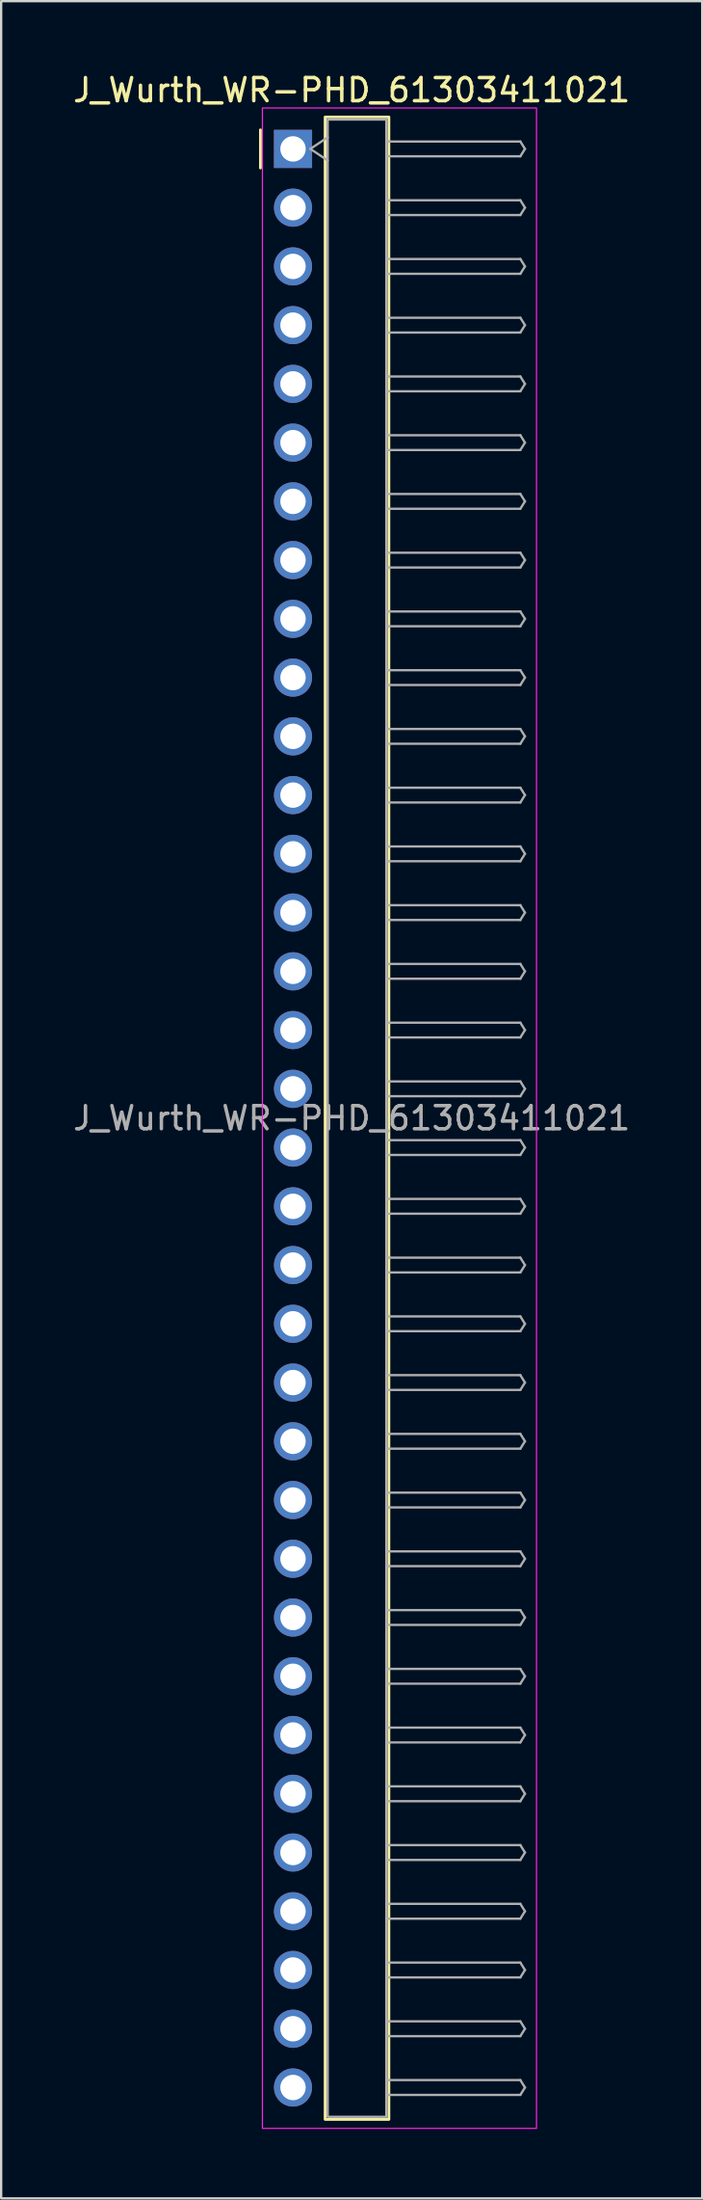
<source format=kicad_pcb>
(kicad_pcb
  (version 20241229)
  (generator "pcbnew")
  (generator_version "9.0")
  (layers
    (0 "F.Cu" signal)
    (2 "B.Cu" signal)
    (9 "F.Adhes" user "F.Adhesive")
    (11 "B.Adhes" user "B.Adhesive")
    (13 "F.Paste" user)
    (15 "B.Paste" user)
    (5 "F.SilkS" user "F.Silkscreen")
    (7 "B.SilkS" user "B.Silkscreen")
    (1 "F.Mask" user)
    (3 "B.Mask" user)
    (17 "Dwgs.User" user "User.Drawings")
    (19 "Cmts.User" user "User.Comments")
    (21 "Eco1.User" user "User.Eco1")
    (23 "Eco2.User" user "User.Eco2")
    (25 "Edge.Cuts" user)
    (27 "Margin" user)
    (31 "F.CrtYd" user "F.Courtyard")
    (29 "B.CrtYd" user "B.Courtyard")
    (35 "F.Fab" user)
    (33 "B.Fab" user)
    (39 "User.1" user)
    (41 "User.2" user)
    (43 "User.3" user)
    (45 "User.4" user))
  (footprint "J_Wurth_WR-PHD_61303411021"
    (layer "F.Cu")
    (at 9.633 3.388)
    (property "Reference" "J_Wurth_WR-PHD_61303411021" (at 2.54 -2.54 0) (unlocked yes) (layer "F.SilkS") (effects (font (size 1 1) (thickness 0.15))))
    (attr through_hole)
    (fp_line (start -1.41 -0.825) (end -1.41 0.825) (stroke (width 0.12) (type solid)) (layer "F.SilkS"))
    (fp_rect (start 1.39 -1.38) (end 4.15 85.2) (stroke (width 0.12) (type solid)) (fill no) (layer "F.SilkS"))
    (fp_rect (start -1.325 -1.77) (end 10.54 85.59) (stroke (width 0.05) (type solid)) (fill no) (layer "F.CrtYd"))
    (fp_line (start 0.75 0) (end 1.5 0.5) (stroke (width 0.1) (type solid)) (layer "F.Fab"))
    (fp_line (start 0.75 0) (end 1.5 -0.5) (stroke (width 0.1) (type solid)) (layer "F.Fab"))
    (fp_line (start 4.04 0.32) (end 9.84 0.32) (stroke (width 0.1) (type solid)) (layer "F.Fab"))
    (fp_line (start 4.04 2.86) (end 9.84 2.86) (stroke (width 0.1) (type solid)) (layer "F.Fab"))
    (fp_line (start 4.04 5.4) (end 9.84 5.4) (stroke (width 0.1) (type solid)) (layer "F.Fab"))
    (fp_line (start 4.04 7.94) (end 9.84 7.94) (stroke (width 0.1) (type solid)) (layer "F.Fab"))
    (fp_line (start 4.04 10.48) (end 9.84 10.48) (stroke (width 0.1) (type solid)) (layer "F.Fab"))
    (fp_line (start 4.04 13.02) (end 9.84 13.02) (stroke (width 0.1) (type solid)) (layer "F.Fab"))
    (fp_line (start 4.04 15.56) (end 9.84 15.56) (stroke (width 0.1) (type solid)) (layer "F.Fab"))
    (fp_line (start 4.04 18.1) (end 9.84 18.1) (stroke (width 0.1) (type solid)) (layer "F.Fab"))
    (fp_line (start 4.04 20.64) (end 9.84 20.64) (stroke (width 0.1) (type solid)) (layer "F.Fab"))
    (fp_line (start 4.04 23.18) (end 9.84 23.18) (stroke (width 0.1) (type solid)) (layer "F.Fab"))
    (fp_line (start 4.04 25.72) (end 9.84 25.72) (stroke (width 0.1) (type solid)) (layer "F.Fab"))
    (fp_line (start 4.04 28.26) (end 9.84 28.26) (stroke (width 0.1) (type solid)) (layer "F.Fab"))
    (fp_line (start 4.04 30.8) (end 9.84 30.8) (stroke (width 0.1) (type solid)) (layer "F.Fab"))
    (fp_line (start 4.04 33.34) (end 9.84 33.34) (stroke (width 0.1) (type solid)) (layer "F.Fab"))
    (fp_line (start 4.04 35.88) (end 9.84 35.88) (stroke (width 0.1) (type solid)) (layer "F.Fab"))
    (fp_line (start 4.04 38.42) (end 9.84 38.42) (stroke (width 0.1) (type solid)) (layer "F.Fab"))
    (fp_line (start 4.04 40.96) (end 9.84 40.96) (stroke (width 0.1) (type solid)) (layer "F.Fab"))
    (fp_line (start 4.04 43.5) (end 9.84 43.5) (stroke (width 0.1) (type solid)) (layer "F.Fab"))
    (fp_line (start 4.04 46.04) (end 9.84 46.04) (stroke (width 0.1) (type solid)) (layer "F.Fab"))
    (fp_line (start 4.04 48.58) (end 9.84 48.58) (stroke (width 0.1) (type solid)) (layer "F.Fab"))
    (fp_line (start 4.04 51.12) (end 9.84 51.12) (stroke (width 0.1) (type solid)) (layer "F.Fab"))
    (fp_line (start 4.04 53.66) (end 9.84 53.66) (stroke (width 0.1) (type solid)) (layer "F.Fab"))
    (fp_line (start 4.04 56.2) (end 9.84 56.2) (stroke (width 0.1) (type solid)) (layer "F.Fab"))
    (fp_line (start 4.04 58.74) (end 9.84 58.74) (stroke (width 0.1) (type solid)) (layer "F.Fab"))
    (fp_line (start 4.04 61.28) (end 9.84 61.28) (stroke (width 0.1) (type solid)) (layer "F.Fab"))
    (fp_line (start 4.04 63.82) (end 9.84 63.82) (stroke (width 0.1) (type solid)) (layer "F.Fab"))
    (fp_line (start 4.04 66.36) (end 9.84 66.36) (stroke (width 0.1) (type solid)) (layer "F.Fab"))
    (fp_line (start 4.04 68.9) (end 9.84 68.9) (stroke (width 0.1) (type solid)) (layer "F.Fab"))
    (fp_line (start 4.04 71.44) (end 9.84 71.44) (stroke (width 0.1) (type solid)) (layer "F.Fab"))
    (fp_line (start 4.04 73.98) (end 9.84 73.98) (stroke (width 0.1) (type solid)) (layer "F.Fab"))
    (fp_line (start 4.04 76.52) (end 9.84 76.52) (stroke (width 0.1) (type solid)) (layer "F.Fab"))
    (fp_line (start 4.04 79.06) (end 9.84 79.06) (stroke (width 0.1) (type solid)) (layer "F.Fab"))
    (fp_line (start 4.04 81.6) (end 9.84 81.6) (stroke (width 0.1) (type solid)) (layer "F.Fab"))
    (fp_line (start 4.04 84.14) (end 9.84 84.14) (stroke (width 0.1) (type solid)) (layer "F.Fab"))
    (fp_line (start 9.84 -0.32) (end 4.04 -0.32) (stroke (width 0.1) (type solid)) (layer "F.Fab"))
    (fp_line (start 9.84 0.32) (end 10.04 0) (stroke (width 0.1) (type default)) (layer "F.Fab"))
    (fp_line (start 9.84 2.22) (end 4.04 2.22) (stroke (width 0.1) (type solid)) (layer "F.Fab"))
    (fp_line (start 9.84 2.86) (end 10.04 2.54) (stroke (width 0.1) (type default)) (layer "F.Fab"))
    (fp_line (start 9.84 4.76) (end 4.04 4.76) (stroke (width 0.1) (type solid)) (layer "F.Fab"))
    (fp_line (start 9.84 5.4) (end 10.04 5.08) (stroke (width 0.1) (type default)) (layer "F.Fab"))
    (fp_line (start 9.84 7.3) (end 4.04 7.3) (stroke (width 0.1) (type solid)) (layer "F.Fab"))
    (fp_line (start 9.84 7.94) (end 10.04 7.62) (stroke (width 0.1) (type default)) (layer "F.Fab"))
    (fp_line (start 9.84 9.84) (end 4.04 9.84) (stroke (width 0.1) (type solid)) (layer "F.Fab"))
    (fp_line (start 9.84 10.48) (end 10.04 10.16) (stroke (width 0.1) (type solid)) (layer "F.Fab"))
    (fp_line (start 9.84 12.38) (end 4.04 12.38) (stroke (width 0.1) (type solid)) (layer "F.Fab"))
    (fp_line (start 9.84 13.02) (end 10.04 12.7) (stroke (width 0.1) (type solid)) (layer "F.Fab"))
    (fp_line (start 9.84 14.92) (end 4.04 14.92) (stroke (width 0.1) (type solid)) (layer "F.Fab"))
    (fp_line (start 9.84 15.56) (end 10.04 15.24) (stroke (width 0.1) (type solid)) (layer "F.Fab"))
    (fp_line (start 9.84 17.46) (end 4.04 17.46) (stroke (width 0.1) (type solid)) (layer "F.Fab"))
    (fp_line (start 9.84 20) (end 4.04 20) (stroke (width 0.1) (type solid)) (layer "F.Fab"))
    (fp_line (start 9.84 22.54) (end 4.04 22.54) (stroke (width 0.1) (type solid)) (layer "F.Fab"))
    (fp_line (start 9.84 25.08) (end 4.04 25.08) (stroke (width 0.1) (type solid)) (layer "F.Fab"))
    (fp_line (start 9.84 27.62) (end 4.04 27.62) (stroke (width 0.1) (type solid)) (layer "F.Fab"))
    (fp_line (start 9.84 30.16) (end 4.04 30.16) (stroke (width 0.1) (type solid)) (layer "F.Fab"))
    (fp_line (start 9.84 32.7) (end 4.04 32.7) (stroke (width 0.1) (type solid)) (layer "F.Fab"))
    (fp_line (start 9.84 35.24) (end 4.04 35.24) (stroke (width 0.1) (type solid)) (layer "F.Fab"))
    (fp_line (start 9.84 37.78) (end 4.04 37.78) (stroke (width 0.1) (type solid)) (layer "F.Fab"))
    (fp_line (start 9.84 40.32) (end 4.04 40.32) (stroke (width 0.1) (type solid)) (layer "F.Fab"))
    (fp_line (start 9.84 42.86) (end 4.04 42.86) (stroke (width 0.1) (type solid)) (layer "F.Fab"))
    (fp_line (start 9.84 45.4) (end 4.04 45.4) (stroke (width 0.1) (type solid)) (layer "F.Fab"))
    (fp_line (start 9.84 47.94) (end 4.04 47.94) (stroke (width 0.1) (type solid)) (layer "F.Fab"))
    (fp_line (start 9.84 48.58) (end 10.04 48.26) (stroke (width 0.1) (type solid)) (layer "F.Fab"))
    (fp_line (start 9.84 50.48) (end 4.04 50.48) (stroke (width 0.1) (type solid)) (layer "F.Fab"))
    (fp_line (start 9.84 51.12) (end 10.04 50.8) (stroke (width 0.1) (type solid)) (layer "F.Fab"))
    (fp_line (start 9.84 53.02) (end 4.04 53.02) (stroke (width 0.1) (type solid)) (layer "F.Fab"))
    (fp_line (start 9.84 53.66) (end 10.04 53.34) (stroke (width 0.1) (type solid)) (layer "F.Fab"))
    (fp_line (start 9.84 55.56) (end 4.04 55.56) (stroke (width 0.1) (type solid)) (layer "F.Fab"))
    (fp_line (start 9.84 56.2) (end 10.04 55.88) (stroke (width 0.1) (type solid)) (layer "F.Fab"))
    (fp_line (start 9.84 58.1) (end 4.04 58.1) (stroke (width 0.1) (type solid)) (layer "F.Fab"))
    (fp_line (start 9.84 58.74) (end 10.04 58.42) (stroke (width 0.1) (type solid)) (layer "F.Fab"))
    (fp_line (start 9.84 60.64) (end 4.04 60.64) (stroke (width 0.1) (type solid)) (layer "F.Fab"))
    (fp_line (start 9.84 61.28) (end 10.04 60.96) (stroke (width 0.1) (type solid)) (layer "F.Fab"))
    (fp_line (start 9.84 63.18) (end 4.04 63.18) (stroke (width 0.1) (type solid)) (layer "F.Fab"))
    (fp_line (start 9.84 63.82) (end 10.04 63.5) (stroke (width 0.1) (type solid)) (layer "F.Fab"))
    (fp_line (start 9.84 65.72) (end 4.04 65.72) (stroke (width 0.1) (type solid)) (layer "F.Fab"))
    (fp_line (start 9.84 66.36) (end 10.04 66.04) (stroke (width 0.1) (type solid)) (layer "F.Fab"))
    (fp_line (start 9.84 68.26) (end 4.04 68.26) (stroke (width 0.1) (type solid)) (layer "F.Fab"))
    (fp_line (start 9.84 68.9) (end 10.04 68.58) (stroke (width 0.1) (type solid)) (layer "F.Fab"))
    (fp_line (start 9.84 70.8) (end 4.04 70.8) (stroke (width 0.1) (type solid)) (layer "F.Fab"))
    (fp_line (start 9.84 71.44) (end 10.04 71.12) (stroke (width 0.1) (type solid)) (layer "F.Fab"))
    (fp_line (start 9.84 73.34) (end 4.04 73.34) (stroke (width 0.1) (type solid)) (layer "F.Fab"))
    (fp_line (start 9.84 73.98) (end 10.04 73.66) (stroke (width 0.1) (type solid)) (layer "F.Fab"))
    (fp_line (start 9.84 75.88) (end 4.04 75.88) (stroke (width 0.1) (type solid)) (layer "F.Fab"))
    (fp_line (start 9.84 76.52) (end 10.04 76.2) (stroke (width 0.1) (type solid)) (layer "F.Fab"))
    (fp_line (start 9.84 78.42) (end 4.04 78.42) (stroke (width 0.1) (type solid)) (layer "F.Fab"))
    (fp_line (start 9.84 79.06) (end 10.04 78.74) (stroke (width 0.1) (type solid)) (layer "F.Fab"))
    (fp_line (start 9.84 80.96) (end 4.04 80.96) (stroke (width 0.1) (type solid)) (layer "F.Fab"))
    (fp_line (start 9.84 81.6) (end 10.04 81.28) (stroke (width 0.1) (type solid)) (layer "F.Fab"))
    (fp_line (start 9.84 83.5) (end 4.04 83.5) (stroke (width 0.1) (type solid)) (layer "F.Fab"))
    (fp_line (start 9.84 84.14) (end 10.04 83.82) (stroke (width 0.1) (type solid)) (layer "F.Fab"))
    (fp_line (start 10.04 0) (end 9.84 -0.32) (stroke (width 0.1) (type solid)) (layer "F.Fab"))
    (fp_line (start 10.04 2.54) (end 9.84 2.22) (stroke (width 0.1) (type solid)) (layer "F.Fab"))
    (fp_line (start 10.04 5.08) (end 9.84 4.76) (stroke (width 0.1) (type solid)) (layer "F.Fab"))
    (fp_line (start 10.04 7.62) (end 9.84 7.3) (stroke (width 0.1) (type solid)) (layer "F.Fab"))
    (fp_line (start 10.04 10.16) (end 9.84 9.84) (stroke (width 0.1) (type solid)) (layer "F.Fab"))
    (fp_line (start 10.04 12.7) (end 9.84 12.38) (stroke (width 0.1) (type solid)) (layer "F.Fab"))
    (fp_line (start 10.04 15.24) (end 9.84 14.92) (stroke (width 0.1) (type solid)) (layer "F.Fab"))
    (fp_line (start 10.04 17.78) (end 9.84 17.46) (stroke (width 0.1) (type solid)) (layer "F.Fab"))
    (fp_line (start 10.04 17.78) (end 9.84 18.1) (stroke (width 0.1) (type solid)) (layer "F.Fab"))
    (fp_line (start 10.04 20.32) (end 9.84 20) (stroke (width 0.1) (type solid)) (layer "F.Fab"))
    (fp_line (start 10.04 20.32) (end 9.84 20.64) (stroke (width 0.1) (type solid)) (layer "F.Fab"))
    (fp_line (start 10.04 22.86) (end 9.84 22.54) (stroke (width 0.1) (type solid)) (layer "F.Fab"))
    (fp_line (start 10.04 22.86) (end 9.84 23.18) (stroke (width 0.1) (type solid)) (layer "F.Fab"))
    (fp_line (start 10.04 25.4) (end 9.84 25.08) (stroke (width 0.1) (type solid)) (layer "F.Fab"))
    (fp_line (start 10.04 25.4) (end 9.84 25.72) (stroke (width 0.1) (type solid)) (layer "F.Fab"))
    (fp_line (start 10.04 27.94) (end 9.84 27.62) (stroke (width 0.1) (type solid)) (layer "F.Fab"))
    (fp_line (start 10.04 27.94) (end 9.84 28.26) (stroke (width 0.1) (type solid)) (layer "F.Fab"))
    (fp_line (start 10.04 30.48) (end 9.84 30.16) (stroke (width 0.1) (type solid)) (layer "F.Fab"))
    (fp_line (start 10.04 30.48) (end 9.84 30.8) (stroke (width 0.1) (type solid)) (layer "F.Fab"))
    (fp_line (start 10.04 33.02) (end 9.84 32.7) (stroke (width 0.1) (type solid)) (layer "F.Fab"))
    (fp_line (start 10.04 33.02) (end 9.84 33.34) (stroke (width 0.1) (type solid)) (layer "F.Fab"))
    (fp_line (start 10.04 35.56) (end 9.84 35.24) (stroke (width 0.1) (type solid)) (layer "F.Fab"))
    (fp_line (start 10.04 35.56) (end 9.84 35.88) (stroke (width 0.1) (type solid)) (layer "F.Fab"))
    (fp_line (start 10.04 38.1) (end 9.84 37.78) (stroke (width 0.1) (type solid)) (layer "F.Fab"))
    (fp_line (start 10.04 38.1) (end 9.84 38.42) (stroke (width 0.1) (type solid)) (layer "F.Fab"))
    (fp_line (start 10.04 40.64) (end 9.84 40.32) (stroke (width 0.1) (type solid)) (layer "F.Fab"))
    (fp_line (start 10.04 40.64) (end 9.84 40.96) (stroke (width 0.1) (type solid)) (layer "F.Fab"))
    (fp_line (start 10.04 43.18) (end 9.84 42.86) (stroke (width 0.1) (type solid)) (layer "F.Fab"))
    (fp_line (start 10.04 43.18) (end 9.84 43.5) (stroke (width 0.1) (type solid)) (layer "F.Fab"))
    (fp_line (start 10.04 45.72) (end 9.84 45.4) (stroke (width 0.1) (type solid)) (layer "F.Fab"))
    (fp_line (start 10.04 45.72) (end 9.84 46.04) (stroke (width 0.1) (type solid)) (layer "F.Fab"))
    (fp_line (start 10.04 48.26) (end 9.84 47.94) (stroke (width 0.1) (type solid)) (layer "F.Fab"))
    (fp_line (start 10.04 50.8) (end 9.84 50.48) (stroke (width 0.1) (type solid)) (layer "F.Fab"))
    (fp_line (start 10.04 53.34) (end 9.84 53.02) (stroke (width 0.1) (type solid)) (layer "F.Fab"))
    (fp_line (start 10.04 55.88) (end 9.84 55.56) (stroke (width 0.1) (type solid)) (layer "F.Fab"))
    (fp_line (start 10.04 58.42) (end 9.84 58.1) (stroke (width 0.1) (type solid)) (layer "F.Fab"))
    (fp_line (start 10.04 60.96) (end 9.84 60.64) (stroke (width 0.1) (type solid)) (layer "F.Fab"))
    (fp_line (start 10.04 63.5) (end 9.84 63.18) (stroke (width 0.1) (type solid)) (layer "F.Fab"))
    (fp_line (start 10.04 66.04) (end 9.84 65.72) (stroke (width 0.1) (type solid)) (layer "F.Fab"))
    (fp_line (start 10.04 68.58) (end 9.84 68.26) (stroke (width 0.1) (type solid)) (layer "F.Fab"))
    (fp_line (start 10.04 71.12) (end 9.84 70.8) (stroke (width 0.1) (type solid)) (layer "F.Fab"))
    (fp_line (start 10.04 73.66) (end 9.84 73.34) (stroke (width 0.1) (type solid)) (layer "F.Fab"))
    (fp_line (start 10.04 76.2) (end 9.84 75.88) (stroke (width 0.1) (type solid)) (layer "F.Fab"))
    (fp_line (start 10.04 78.74) (end 9.84 78.42) (stroke (width 0.1) (type solid)) (layer "F.Fab"))
    (fp_line (start 10.04 81.28) (end 9.84 80.96) (stroke (width 0.1) (type solid)) (layer "F.Fab"))
    (fp_line (start 10.04 83.82) (end 9.84 83.5) (stroke (width 0.1) (type solid)) (layer "F.Fab"))
    (fp_rect (start 1.5 -1.27) (end 4.04 85.09) (stroke (width 0.1) (type solid)) (fill no) (layer "F.Fab"))
    (fp_text user "${REFERENCE}" (at 2.54 41.91 0) (unlocked yes) (layer "F.Fab") (effects (font (size 1 1) (thickness 0.15))))
    (pad "1" thru_hole rect (at 0 0 90) (size 1.65 1.65) (drill 1.1) (layers "*.Cu" "*.Mask"))
    (pad "2" thru_hole circle (at 0 2.54 90) (size 1.65 1.65) (drill 1.1) (layers "*.Cu" "*.Mask"))
    (pad "3" thru_hole circle (at 0 5.08 90) (size 1.65 1.65) (drill 1.1) (layers "*.Cu" "*.Mask"))
    (pad "4" thru_hole circle (at 0 7.62 90) (size 1.65 1.65) (drill 1.1) (layers "*.Cu" "*.Mask"))
    (pad "5" thru_hole circle (at 0 10.16 90) (size 1.65 1.65) (drill 1.1) (layers "*.Cu" "*.Mask"))
    (pad "6" thru_hole circle (at 0 12.7 90) (size 1.65 1.65) (drill 1.1) (layers "*.Cu" "*.Mask"))
    (pad "7" thru_hole circle (at 0 15.24 90) (size 1.65 1.65) (drill 1.1) (layers "*.Cu" "*.Mask"))
    (pad "8" thru_hole circle (at 0 17.78 90) (size 1.65 1.65) (drill 1.1) (layers "*.Cu" "*.Mask"))
    (pad "9" thru_hole circle (at 0 20.32 90) (size 1.65 1.65) (drill 1.1) (layers "*.Cu" "*.Mask"))
    (pad "10" thru_hole circle (at 0 22.86 90) (size 1.65 1.65) (drill 1.1) (layers "*.Cu" "*.Mask"))
    (pad "11" thru_hole circle (at 0 25.4 90) (size 1.65 1.65) (drill 1.1) (layers "*.Cu" "*.Mask"))
    (pad "12" thru_hole circle (at 0 27.94 90) (size 1.65 1.65) (drill 1.1) (layers "*.Cu" "*.Mask"))
    (pad "13" thru_hole circle (at 0 30.48 90) (size 1.65 1.65) (drill 1.1) (layers "*.Cu" "*.Mask"))
    (pad "14" thru_hole circle (at 0 33.02 90) (size 1.65 1.65) (drill 1.1) (layers "*.Cu" "*.Mask"))
    (pad "15" thru_hole circle (at 0 35.56 90) (size 1.65 1.65) (drill 1.1) (layers "*.Cu" "*.Mask"))
    (pad "16" thru_hole circle (at 0 38.1 90) (size 1.65 1.65) (drill 1.1) (layers "*.Cu" "*.Mask"))
    (pad "17" thru_hole circle (at 0 40.64 90) (size 1.65 1.65) (drill 1.1) (layers "*.Cu" "*.Mask"))
    (pad "18" thru_hole circle (at 0 43.18 90) (size 1.65 1.65) (drill 1.1) (layers "*.Cu" "*.Mask"))
    (pad "19" thru_hole circle (at 0 45.72 90) (size 1.65 1.65) (drill 1.1) (layers "*.Cu" "*.Mask"))
    (pad "20" thru_hole circle (at 0 48.26 90) (size 1.65 1.65) (drill 1.1) (layers "*.Cu" "*.Mask"))
    (pad "21" thru_hole circle (at 0 50.8 90) (size 1.65 1.65) (drill 1.1) (layers "*.Cu" "*.Mask"))
    (pad "22" thru_hole circle (at 0 53.34 90) (size 1.65 1.65) (drill 1.1) (layers "*.Cu" "*.Mask"))
    (pad "23" thru_hole circle (at 0 55.88 90) (size 1.65 1.65) (drill 1.1) (layers "*.Cu" "*.Mask"))
    (pad "24" thru_hole circle (at 0 58.42 90) (size 1.65 1.65) (drill 1.1) (layers "*.Cu" "*.Mask"))
    (pad "25" thru_hole circle (at 0 60.96 90) (size 1.65 1.65) (drill 1.1) (layers "*.Cu" "*.Mask"))
    (pad "26" thru_hole circle (at 0 63.5 90) (size 1.65 1.65) (drill 1.1) (layers "*.Cu" "*.Mask"))
    (pad "27" thru_hole circle (at 0 66.04 90) (size 1.65 1.65) (drill 1.1) (layers "*.Cu" "*.Mask"))
    (pad "28" thru_hole circle (at 0 68.58 90) (size 1.65 1.65) (drill 1.1) (layers "*.Cu" "*.Mask"))
    (pad "29" thru_hole circle (at 0 71.12 90) (size 1.65 1.65) (drill 1.1) (layers "*.Cu" "*.Mask"))
    (pad "30" thru_hole circle (at 0 73.66 90) (size 1.65 1.65) (drill 1.1) (layers "*.Cu" "*.Mask"))
    (pad "31" thru_hole circle (at 0 76.2 90) (size 1.65 1.65) (drill 1.1) (layers "*.Cu" "*.Mask"))
    (pad "32" thru_hole circle (at 0 78.74 90) (size 1.65 1.65) (drill 1.1) (layers "*.Cu" "*.Mask"))
    (pad "33" thru_hole circle (at 0 81.28 90) (size 1.65 1.65) (drill 1.1) (layers "*.Cu" "*.Mask"))
    (pad "34" thru_hole circle (at 0 83.82 90) (size 1.65 1.65) (drill 1.1) (layers "*.Cu" "*.Mask")))
  (gr_rect
    (start -3 -3)
    (end 27.345 92.003)
    (stroke (width 0.1) (type default))
    (fill no)
    (layer "Edge.Cuts")))
</source>
